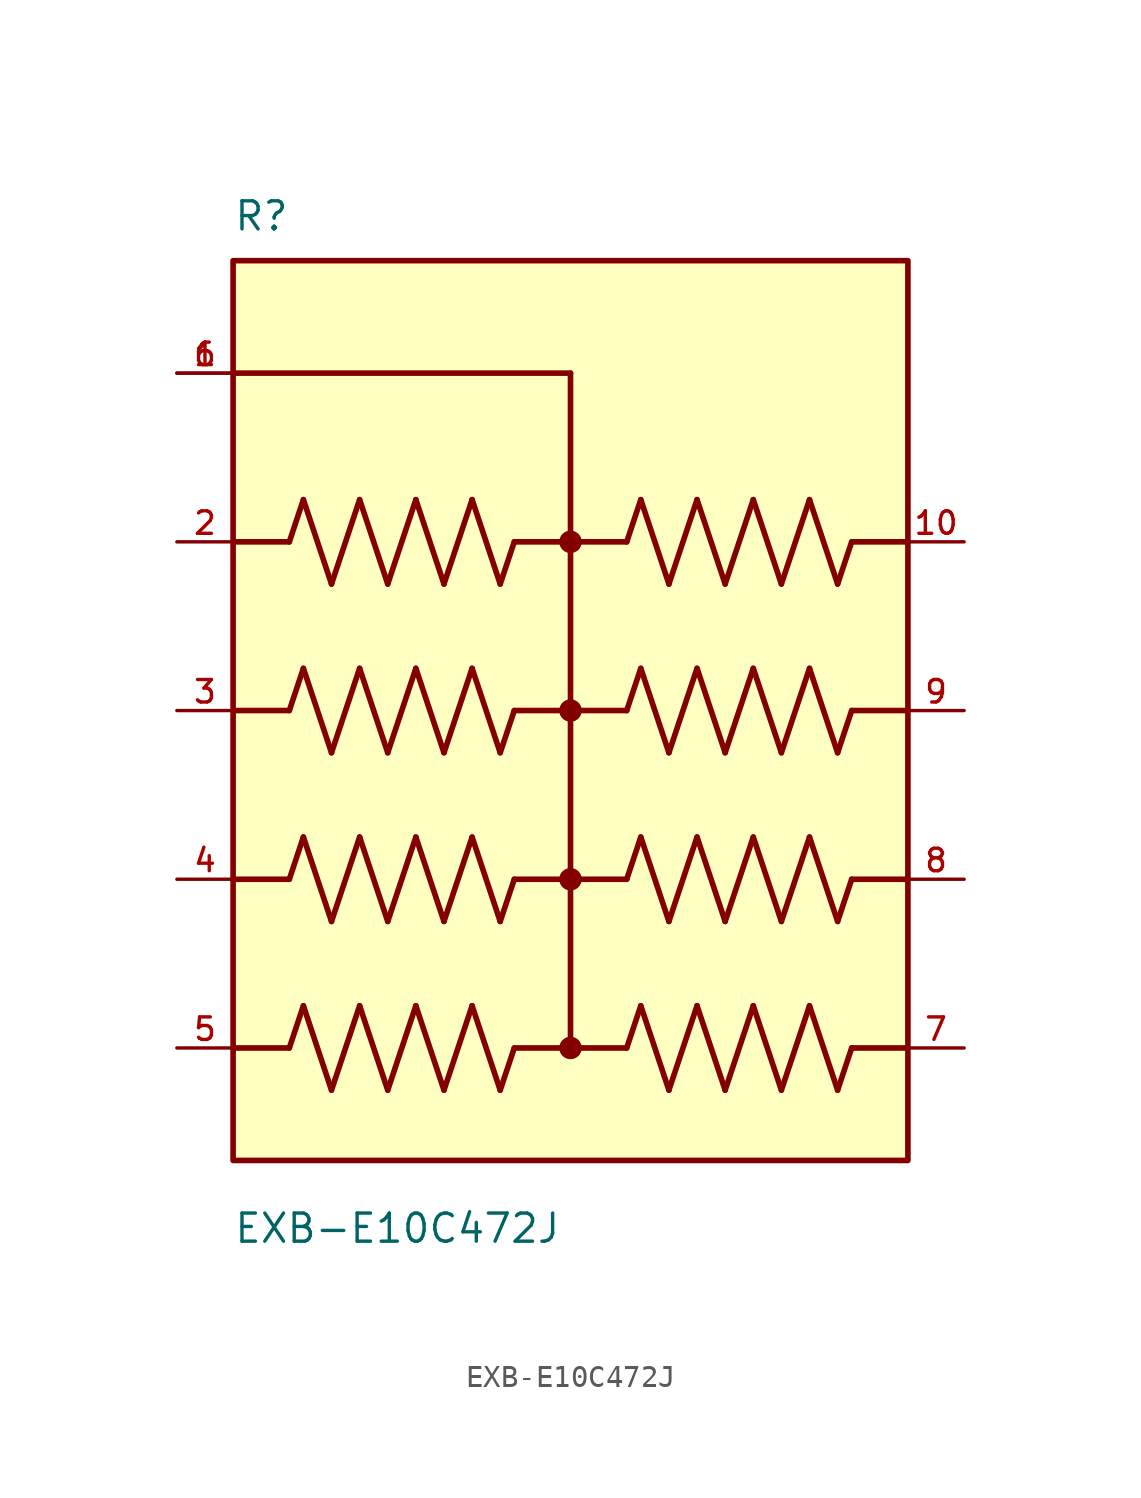
<source format=kicad_sym>
(kicad_symbol_lib
  (version 20211014)
  (generator kicad_symbol_editor)
  (symbol "EXB-E10C472J"
    (pin_names
      (offset 1.016))
    (property "Reference" "R"
      (at -15.24 21.59 0)
      (effects (font (size 1.27 1.27)) (justify bottom left)))
    (property "Value" "EXB-E10C472J"
      (at -15.24 -24.13 0)
      (effects (font (size 1.27 1.27)) (justify bottom left)))
    (symbol "EXB-E10C472J_0_0"
      (polyline (pts (xy -12.7 7.62) (xy -12.065 9.525)) (stroke (width 0.254)))
      (polyline (pts (xy -12.065 9.525) (xy -10.795 5.715)) (stroke (width 0.254)))
      (polyline (pts (xy -10.795 5.715) (xy -9.525 9.525)) (stroke (width 0.254)))
      (polyline (pts (xy -9.525 9.525) (xy -8.255 5.715)) (stroke (width 0.254)))
      (polyline (pts (xy -8.255 5.715) (xy -6.985 9.525)) (stroke (width 0.254)))
      (polyline (pts (xy -6.985 9.525) (xy -5.715 5.715)) (stroke (width 0.254)))
      (polyline (pts (xy -5.715 5.715) (xy -4.445 9.525)) (stroke (width 0.254)))
      (polyline (pts (xy -4.445 9.525) (xy -3.175 5.715)) (stroke (width 0.254)))
      (polyline (pts (xy -3.175 5.715) (xy -2.54 7.62)) (stroke (width 0.254)))
      (polyline (pts (xy -12.7 0.0) (xy -12.065 1.905)) (stroke (width 0.254)))
      (polyline (pts (xy -12.065 1.905) (xy -10.795 -1.905)) (stroke (width 0.254)))
      (polyline (pts (xy -10.795 -1.905) (xy -9.525 1.905)) (stroke (width 0.254)))
      (polyline (pts (xy -9.525 1.905) (xy -8.255 -1.905)) (stroke (width 0.254)))
      (polyline (pts (xy -8.255 -1.905) (xy -6.985 1.905)) (stroke (width 0.254)))
      (polyline (pts (xy -6.985 1.905) (xy -5.715 -1.905)) (stroke (width 0.254)))
      (polyline (pts (xy -5.715 -1.905) (xy -4.445 1.905)) (stroke (width 0.254)))
      (polyline (pts (xy -4.445 1.905) (xy -3.175 -1.905)) (stroke (width 0.254)))
      (polyline (pts (xy -3.175 -1.905) (xy -2.54 0.0)) (stroke (width 0.254)))
      (polyline (pts (xy -12.7 -7.62) (xy -12.065 -5.715)) (stroke (width 0.254)))
      (polyline (pts (xy -12.065 -5.715) (xy -10.795 -9.525)) (stroke (width 0.254)))
      (polyline (pts (xy -10.795 -9.525) (xy -9.525 -5.715)) (stroke (width 0.254)))
      (polyline (pts (xy -9.525 -5.715) (xy -8.255 -9.525)) (stroke (width 0.254)))
      (polyline (pts (xy -8.255 -9.525) (xy -6.985 -5.715)) (stroke (width 0.254)))
      (polyline (pts (xy -6.985 -5.715) (xy -5.715 -9.525)) (stroke (width 0.254)))
      (polyline (pts (xy -5.715 -9.525) (xy -4.445 -5.715)) (stroke (width 0.254)))
      (polyline (pts (xy -4.445 -5.715) (xy -3.175 -9.525)) (stroke (width 0.254)))
      (polyline (pts (xy -3.175 -9.525) (xy -2.54 -7.62)) (stroke (width 0.254)))
      (polyline (pts (xy -12.7 -15.24) (xy -12.065 -13.335)) (stroke (width 0.254)))
      (polyline (pts (xy -12.065 -13.335) (xy -10.795 -17.145)) (stroke (width 0.254)))
      (polyline (pts (xy -10.795 -17.145) (xy -9.525 -13.335)) (stroke (width 0.254)))
      (polyline (pts (xy -9.525 -13.335) (xy -8.255 -17.145)) (stroke (width 0.254)))
      (polyline (pts (xy -8.255 -17.145) (xy -6.985 -13.335)) (stroke (width 0.254)))
      (polyline (pts (xy -6.985 -13.335) (xy -5.715 -17.145)) (stroke (width 0.254)))
      (polyline (pts (xy -5.715 -17.145) (xy -4.445 -13.335)) (stroke (width 0.254)))
      (polyline (pts (xy -4.445 -13.335) (xy -3.175 -17.145)) (stroke (width 0.254)))
      (polyline (pts (xy -3.175 -17.145) (xy -2.54 -15.24)) (stroke (width 0.254)))
      (polyline (pts (xy -12.7 7.62) (xy -15.24 7.62)) (stroke (width 0.254)))
      (polyline (pts (xy -12.7 0.0) (xy -15.24 0.0)) (stroke (width 0.254)))
      (polyline (pts (xy -12.7 -7.62) (xy -15.24 -7.62)) (stroke (width 0.254)))
      (polyline (pts (xy -12.7 -15.24) (xy -15.24 -15.24)) (stroke (width 0.254)))
      (polyline (pts (xy 2.54 7.62) (xy 3.175 9.525)) (stroke (width 0.254)))
      (polyline (pts (xy 3.175 9.525) (xy 4.445 5.715)) (stroke (width 0.254)))
      (polyline (pts (xy 4.445 5.715) (xy 5.715 9.525)) (stroke (width 0.254)))
      (polyline (pts (xy 5.715 9.525) (xy 6.985 5.715)) (stroke (width 0.254)))
      (polyline (pts (xy 6.985 5.715) (xy 8.255 9.525)) (stroke (width 0.254)))
      (polyline (pts (xy 8.255 9.525) (xy 9.525 5.715)) (stroke (width 0.254)))
      (polyline (pts (xy 9.525 5.715) (xy 10.795 9.525)) (stroke (width 0.254)))
      (polyline (pts (xy 10.795 9.525) (xy 12.065 5.715)) (stroke (width 0.254)))
      (polyline (pts (xy 12.065 5.715) (xy 12.7 7.62)) (stroke (width 0.254)))
      (polyline (pts (xy 2.54 0.0) (xy 3.175 1.905)) (stroke (width 0.254)))
      (polyline (pts (xy 3.175 1.905) (xy 4.445 -1.905)) (stroke (width 0.254)))
      (polyline (pts (xy 4.445 -1.905) (xy 5.715 1.905)) (stroke (width 0.254)))
      (polyline (pts (xy 5.715 1.905) (xy 6.985 -1.905)) (stroke (width 0.254)))
      (polyline (pts (xy 6.985 -1.905) (xy 8.255 1.905)) (stroke (width 0.254)))
      (polyline (pts (xy 8.255 1.905) (xy 9.525 -1.905)) (stroke (width 0.254)))
      (polyline (pts (xy 9.525 -1.905) (xy 10.795 1.905)) (stroke (width 0.254)))
      (polyline (pts (xy 10.795 1.905) (xy 12.065 -1.905)) (stroke (width 0.254)))
      (polyline (pts (xy 12.065 -1.905) (xy 12.7 0.0)) (stroke (width 0.254)))
      (polyline (pts (xy 2.54 -7.62) (xy 3.175 -5.715)) (stroke (width 0.254)))
      (polyline (pts (xy 3.175 -5.715) (xy 4.445 -9.525)) (stroke (width 0.254)))
      (polyline (pts (xy 4.445 -9.525) (xy 5.715 -5.715)) (stroke (width 0.254)))
      (polyline (pts (xy 5.715 -5.715) (xy 6.985 -9.525)) (stroke (width 0.254)))
      (polyline (pts (xy 6.985 -9.525) (xy 8.255 -5.715)) (stroke (width 0.254)))
      (polyline (pts (xy 8.255 -5.715) (xy 9.525 -9.525)) (stroke (width 0.254)))
      (polyline (pts (xy 9.525 -9.525) (xy 10.795 -5.715)) (stroke (width 0.254)))
      (polyline (pts (xy 10.795 -5.715) (xy 12.065 -9.525)) (stroke (width 0.254)))
      (polyline (pts (xy 12.065 -9.525) (xy 12.7 -7.62)) (stroke (width 0.254)))
      (polyline (pts (xy 2.54 -15.24) (xy 3.175 -13.335)) (stroke (width 0.254)))
      (polyline (pts (xy 3.175 -13.335) (xy 4.445 -17.145)) (stroke (width 0.254)))
      (polyline (pts (xy 4.445 -17.145) (xy 5.715 -13.335)) (stroke (width 0.254)))
      (polyline (pts (xy 5.715 -13.335) (xy 6.985 -17.145)) (stroke (width 0.254)))
      (polyline (pts (xy 6.985 -17.145) (xy 8.255 -13.335)) (stroke (width 0.254)))
      (polyline (pts (xy 8.255 -13.335) (xy 9.525 -17.145)) (stroke (width 0.254)))
      (polyline (pts (xy 9.525 -17.145) (xy 10.795 -13.335)) (stroke (width 0.254)))
      (polyline (pts (xy 10.795 -13.335) (xy 12.065 -17.145)) (stroke (width 0.254)))
      (polyline (pts (xy 12.065 -17.145) (xy 12.7 -15.24)) (stroke (width 0.254)))
      (polyline (pts (xy 2.54 7.62) (xy -2.54 7.62)) (stroke (width 0.254)))
      (polyline (pts (xy 2.54 0.0) (xy -2.54 0.0)) (stroke (width 0.254)))
      (polyline (pts (xy 2.54 -7.62) (xy -2.54 -7.62)) (stroke (width 0.254)))
      (polyline (pts (xy 2.54 -15.24) (xy -2.54 -15.24)) (stroke (width 0.254)))
      (polyline (pts (xy 12.7 7.62) (xy 15.24 7.62)) (stroke (width 0.254)))
      (polyline (pts (xy 12.7 0.0) (xy 15.24 0.0)) (stroke (width 0.254)))
      (polyline (pts (xy 12.7 -7.62) (xy 15.24 -7.62)) (stroke (width 0.254)))
      (polyline (pts (xy 12.7 -15.24) (xy 15.24 -15.24)) (stroke (width 0.254)))
      (circle (center 0.0 7.62) (radius 0.254) (stroke (width 0.508)) (fill (type none)))
      (circle (center 0.0 0.0) (radius 0.254) (stroke (width 0.508)) (fill (type none)))
      (circle (center 0.0 -7.62) (radius 0.254) (stroke (width 0.508)) (fill (type none)))
      (circle (center 0.0 -15.24) (radius 0.254) (stroke (width 0.508)) (fill (type none)))
      (polyline (pts (xy 0.0 -15.24) (xy 0.0 15.24)) (stroke (width 0.254)))
      (polyline (pts (xy 0.0 15.24) (xy -15.24 15.24)) (stroke (width 0.254)))
      (rectangle (start -15.24 -20.32) (end 15.24 20.32) (stroke (width 0.254)) (fill (type background)))
      (pin passive line (at -17.78 15.24 0) (length 2.54) (name "~" (effects (font (size 1.016 1.016)))) (number "1" (effects (font (size 1.016 1.016)))))
      (pin passive line (at -17.78 7.62 0) (length 2.54) (name "~" (effects (font (size 1.016 1.016)))) (number "2" (effects (font (size 1.016 1.016)))))
      (pin passive line (at -17.78 0.0 0) (length 2.54) (name "~" (effects (font (size 1.016 1.016)))) (number "3" (effects (font (size 1.016 1.016)))))
      (pin passive line (at -17.78 -7.62 0) (length 2.54) (name "~" (effects (font (size 1.016 1.016)))) (number "4" (effects (font (size 1.016 1.016)))))
      (pin passive line (at -17.78 -15.24 0) (length 2.54) (name "~" (effects (font (size 1.016 1.016)))) (number "5" (effects (font (size 1.016 1.016)))))
      (pin passive line (at 17.78 -15.24 180.0) (length 2.54) (name "~" (effects (font (size 1.016 1.016)))) (number "7" (effects (font (size 1.016 1.016)))))
      (pin passive line (at 17.78 -7.62 180.0) (length 2.54) (name "~" (effects (font (size 1.016 1.016)))) (number "8" (effects (font (size 1.016 1.016)))))
      (pin passive line (at 17.78 0.0 180.0) (length 2.54) (name "~" (effects (font (size 1.016 1.016)))) (number "9" (effects (font (size 1.016 1.016)))))
      (pin passive line (at 17.78 7.62 180.0) (length 2.54) (name "~" (effects (font (size 1.016 1.016)))) (number "10" (effects (font (size 1.016 1.016)))))
      (pin passive line (at -17.78 15.24 0) (length 2.54) (name "~" (effects (font (size 1.016 1.016)))) (number "6" (effects (font (size 1.016 1.016))))))))
</source>
